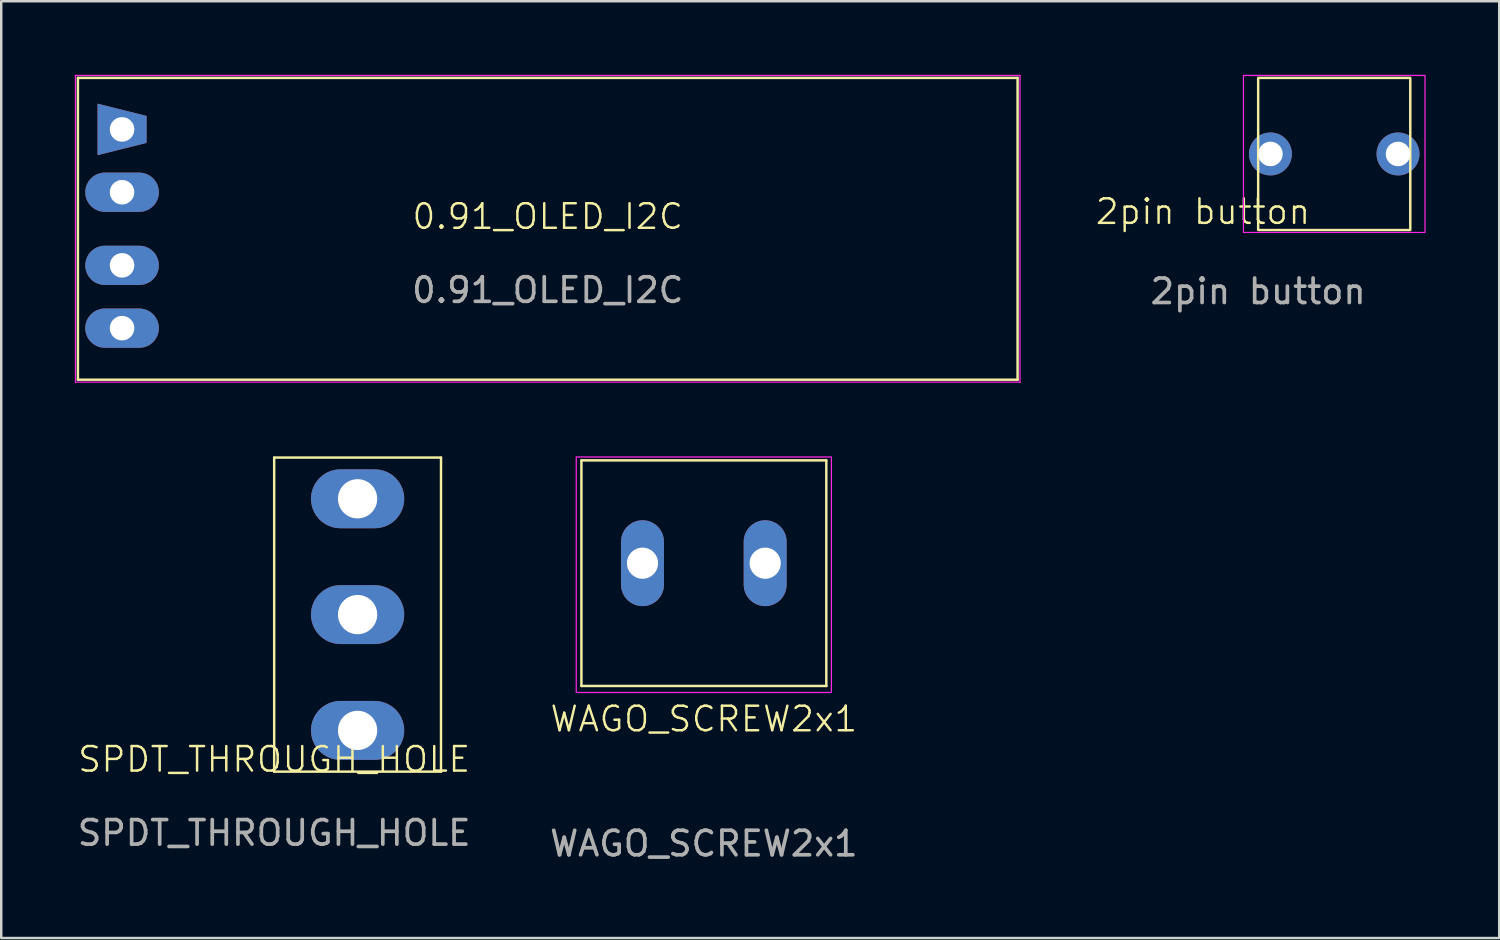
<source format=kicad_pcb>
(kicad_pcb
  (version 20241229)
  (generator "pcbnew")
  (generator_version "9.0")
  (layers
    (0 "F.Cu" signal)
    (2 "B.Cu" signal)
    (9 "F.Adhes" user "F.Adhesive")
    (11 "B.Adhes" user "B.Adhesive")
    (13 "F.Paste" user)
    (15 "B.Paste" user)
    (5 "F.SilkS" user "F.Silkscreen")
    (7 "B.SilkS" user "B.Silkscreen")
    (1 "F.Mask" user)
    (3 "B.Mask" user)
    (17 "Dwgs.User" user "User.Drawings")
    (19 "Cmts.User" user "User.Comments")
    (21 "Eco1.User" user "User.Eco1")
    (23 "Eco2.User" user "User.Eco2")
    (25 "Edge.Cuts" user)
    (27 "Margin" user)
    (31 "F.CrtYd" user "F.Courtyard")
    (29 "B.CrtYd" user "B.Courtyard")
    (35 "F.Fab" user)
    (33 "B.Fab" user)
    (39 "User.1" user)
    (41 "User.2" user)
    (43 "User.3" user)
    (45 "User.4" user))
  (footprint "2pin button"
    (layer "F.Cu")
    (at 48.231 6.325)
    (property "Reference" "2pin button" (at -2.25 -0.75 0) (unlocked yes) (layer "F.SilkS") (effects (font (size 1 1) (thickness 0.1))))
    (attr through_hole)
    (fp_rect (start 0 0) (end 6.2 -6.2) (stroke (width 0.1) (type default)) (fill no) (layer "F.SilkS"))
    (fp_rect (start -0.6 -6.3) (end 6.8 0.1) (stroke (width 0.05) (type default)) (fill no) (layer "F.CrtYd"))
    (fp_text user "${REFERENCE}" (at 0 2.5 0) (unlocked yes) (layer "F.Fab") (effects (font (size 1 1) (thickness 0.15))))
    (pad "1" thru_hole circle (at 0.5 -3.1) (size 1.75 1.75) (drill 1) (layers "*.Cu" "*.Mask"))
    (pad "2" thru_hole circle (at 5.7 -3.1) (size 1.75 1.75) (drill 1) (layers "*.Cu" "*.Mask")))
  (footprint "0.91_OLED_I2C"
    (layer "F.Cu")
    (at 19.275 6.275)
    (property "Reference" "0.91_OLED_I2C" (at 0 -0.5 0) (unlocked yes) (layer "F.SilkS") (effects (font (size 1 1) (thickness 0.1))))
    (attr through_hole)
    (fp_line (start -19.15 -6.15) (end -19.15 6.15) (stroke (width 0.1) (type default)) (layer "F.SilkS"))
    (fp_line (start -19.15 6.15) (end 19.15 6.15) (stroke (width 0.1) (type default)) (layer "F.SilkS"))
    (fp_line (start 19.15 -6.15) (end -19.15 -6.15) (stroke (width 0.1) (type default)) (layer "F.SilkS"))
    (fp_line (start 19.15 6.15) (end 19.15 -6.15) (stroke (width 0.1) (type default)) (layer "F.SilkS"))
    (fp_line (start -19.25 -6.25) (end 19.25 -6.25) (stroke (width 0.05) (type default)) (layer "F.CrtYd"))
    (fp_line (start -19.25 6.25) (end -19.25 -6.25) (stroke (width 0.05) (type default)) (layer "F.CrtYd"))
    (fp_line (start 19.25 -6.25) (end 19.25 6.25) (stroke (width 0.05) (type default)) (layer "F.CrtYd"))
    (fp_line (start 19.25 6.25) (end -19.25 6.25) (stroke (width 0.05) (type default)) (layer "F.CrtYd"))
    (fp_text user "${REFERENCE}" (at 0 2.5 0) (unlocked yes) (layer "F.Fab") (effects (font (size 1 1) (thickness 0.15))))
    (pad "1" thru_hole trapezoid (at -17.35 -4.05) (size 2 1.6) (rect_delta 0.5 0) (drill 1) (layers "*.Cu" "*.Mask"))
    (pad "2" thru_hole oval (at -17.35 -1.49) (size 3 1.6) (drill 1) (layers "*.Cu" "*.Mask"))
    (pad "3" thru_hole oval (at -17.35 1.49) (size 3 1.6) (drill 1) (layers "*.Cu" "*.Mask"))
    (pad "4" thru_hole oval (at -17.35 4.05) (size 3 1.6) (drill 1) (layers "*.Cu" "*.Mask")))
  (footprint "WAGO_SCREW2x1"
    (layer "F.Cu")
    (at 25.637 21.175)
    (property "Reference" "WAGO_SCREW2x1" (at 0 5.08 0) (unlocked yes) (layer "F.SilkS") (effects (font (size 1 1) (thickness 0.1))))
    (attr through_hole)
    (fp_line (start -4.989 -5.461) (end 4.993 -5.461) (stroke (width 0.1) (type default)) (layer "F.SilkS"))
    (fp_line (start -4.989 3.734) (end -4.989 -5.461) (stroke (width 0.1) (type default)) (layer "F.SilkS"))
    (fp_line (start 4.993 -5.461) (end 4.993 3.734) (stroke (width 0.1) (type default)) (layer "F.SilkS"))
    (fp_line (start 4.993 3.734) (end -4.989 3.734) (stroke (width 0.1) (type default)) (layer "F.SilkS"))
    (fp_rect (start -5.2 -5.6) (end 5.2 4) (stroke (width 0.05) (type default)) (fill no) (layer "F.CrtYd"))
    (fp_text user "${REFERENCE}" (at 0 10.16 0) (unlocked yes) (layer "F.Fab") (effects (font (size 1 1) (thickness 0.15))))
    (pad "1" thru_hole oval (at -2.5 -1.27) (size 1.75 3.5) (drill 1.27) (layers "*.Cu" "*.Mask"))
    (pad "2" thru_hole oval (at 2.5 -1.27) (size 1.75 3.5) (drill 1.27) (layers "*.Cu" "*.Mask")))
  (footprint "SPDT_THROUGH_HOLE"
    (layer "F.Cu")
    (at 8.125 28.4)
    (property "Reference" "SPDT_THROUGH_HOLE" (at 0 -0.5 0) (unlocked yes) (layer "F.SilkS") (effects (font (size 1 1) (thickness 0.1))))
    (attr through_hole)
    (fp_line (start 0 -12.8) (end 6.8 -12.8) (stroke (width 0.1) (type default)) (layer "F.SilkS"))
    (fp_line (start 0 0) (end 0 -12.8) (stroke (width 0.1) (type default)) (layer "F.SilkS"))
    (fp_line (start 6.8 -12.8) (end 6.8 0) (stroke (width 0.1) (type default)) (layer "F.SilkS"))
    (fp_line (start 6.8 0) (end 0 0) (stroke (width 0.1) (type default)) (layer "F.SilkS"))
    (fp_text user "${REFERENCE}" (at 0 2.5 0) (unlocked yes) (layer "F.Fab") (effects (font (size 1 1) (thickness 0.15))))
    (pad "1" thru_hole oval (at 3.4 -11.12) (size 3.8 2.4) (drill 1.6) (layers "*.Cu" "*.Mask"))
    (pad "2" thru_hole oval (at 3.4 -6.4) (size 3.8 2.4) (drill 1.6) (layers "*.Cu" "*.Mask"))
    (pad "3" thru_hole oval (at 3.4 -1.68) (size 3.8 2.4) (drill 1.6) (layers "*.Cu" "*.Mask")))
  (gr_rect
    (start -3 -3)
    (end 58.056 35.183)
    (stroke (width 0.1) (type default))
    (fill no)
    (layer "Edge.Cuts")))
</source>
